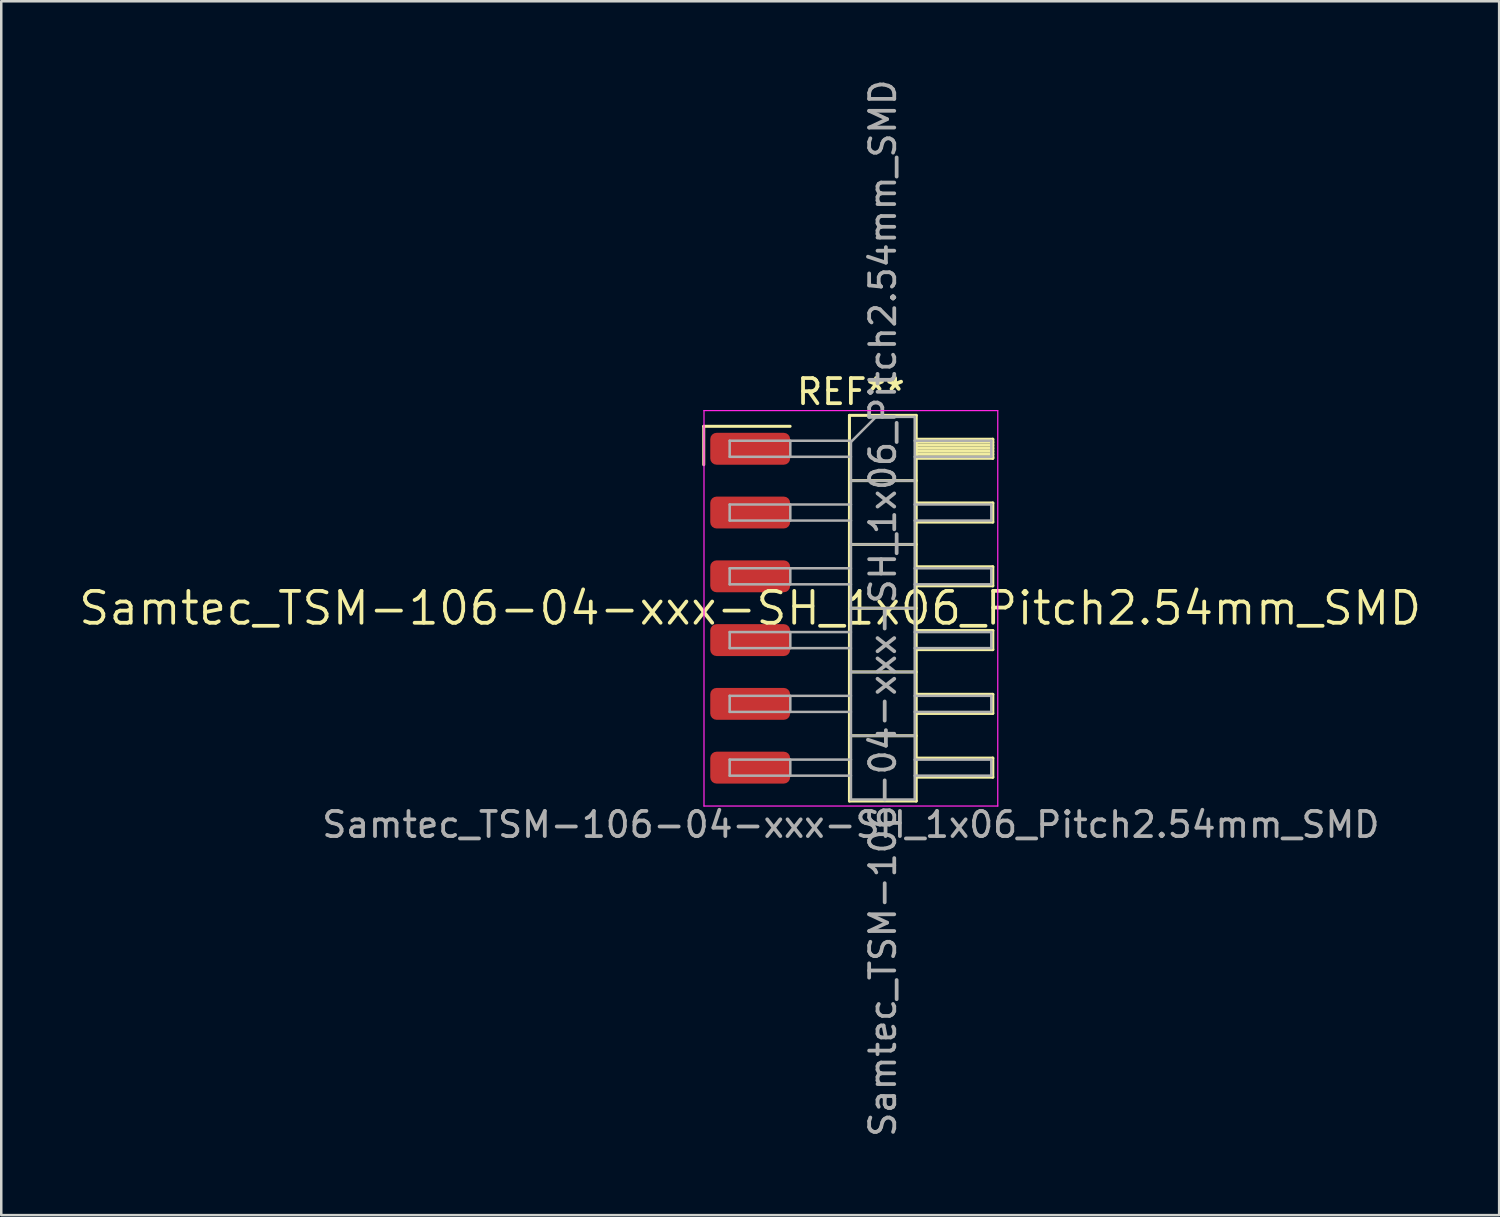
<source format=kicad_pcb>
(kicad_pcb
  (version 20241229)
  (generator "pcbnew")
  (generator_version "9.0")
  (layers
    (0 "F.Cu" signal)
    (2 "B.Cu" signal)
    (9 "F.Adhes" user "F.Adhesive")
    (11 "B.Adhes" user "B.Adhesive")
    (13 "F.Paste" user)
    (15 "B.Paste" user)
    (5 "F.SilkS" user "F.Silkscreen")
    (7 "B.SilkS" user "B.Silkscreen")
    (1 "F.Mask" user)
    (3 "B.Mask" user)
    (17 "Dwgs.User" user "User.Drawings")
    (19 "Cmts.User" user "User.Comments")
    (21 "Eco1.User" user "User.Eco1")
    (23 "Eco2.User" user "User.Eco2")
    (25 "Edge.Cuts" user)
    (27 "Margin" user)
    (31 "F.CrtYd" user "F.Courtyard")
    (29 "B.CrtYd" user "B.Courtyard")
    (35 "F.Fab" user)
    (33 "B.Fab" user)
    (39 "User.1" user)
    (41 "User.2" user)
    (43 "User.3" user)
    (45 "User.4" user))
  (footprint "Samtec_TSM-106-04-xxx-SH_1x06_Pitch2.54mm_SMD"
    (layer "F.Cu")
    (at 26.828 21.173)
    (property "Reference" "Samtec_TSM-106-04-xxx-SH_1x06_Pitch2.54mm_SMD" (at 0 0 0) (layer "F.SilkS") (effects (font (size 1.27 1.27) (thickness 0.15))))
    (attr smd)
    (fp_line (start -1.85 -7.245) (end 1.59 -7.245) (stroke (width 0.12) (type solid)) (layer "F.SilkS"))
    (fp_line (start -1.85 -5.715) (end -1.85 -7.245) (stroke (width 0.12) (type solid)) (layer "F.SilkS"))
    (fp_line (start 3.953 -7.68) (end 6.613 -7.68) (stroke (width 0.12) (type solid)) (layer "F.SilkS"))
    (fp_line (start 3.953 -5.08) (end 6.613 -5.08) (stroke (width 0.12) (type solid)) (layer "F.SilkS"))
    (fp_line (start 3.953 -2.54) (end 6.613 -2.54) (stroke (width 0.12) (type solid)) (layer "F.SilkS"))
    (fp_line (start 3.953 0) (end 6.613 0) (stroke (width 0.12) (type solid)) (layer "F.SilkS"))
    (fp_line (start 3.953 2.54) (end 6.613 2.54) (stroke (width 0.12) (type solid)) (layer "F.SilkS"))
    (fp_line (start 3.953 5.08) (end 6.613 5.08) (stroke (width 0.12) (type solid)) (layer "F.SilkS"))
    (fp_line (start 3.953 7.68) (end 3.953 -7.68) (stroke (width 0.12) (type solid)) (layer "F.SilkS"))
    (fp_line (start 6.613 -7.68) (end 6.613 7.68) (stroke (width 0.12) (type solid)) (layer "F.SilkS"))
    (fp_line (start 6.613 -6.73) (end 9.663 -6.73) (stroke (width 0.12) (type solid)) (layer "F.SilkS"))
    (fp_line (start 6.613 -6.61) (end 9.663 -6.61) (stroke (width 0.12) (type solid)) (layer "F.SilkS"))
    (fp_line (start 6.613 -6.49) (end 9.663 -6.49) (stroke (width 0.12) (type solid)) (layer "F.SilkS"))
    (fp_line (start 6.613 -6.37) (end 9.663 -6.37) (stroke (width 0.12) (type solid)) (layer "F.SilkS"))
    (fp_line (start 6.613 -6.25) (end 9.663 -6.25) (stroke (width 0.12) (type solid)) (layer "F.SilkS"))
    (fp_line (start 6.613 -6.13) (end 9.663 -6.13) (stroke (width 0.12) (type solid)) (layer "F.SilkS"))
    (fp_line (start 6.613 -6.01) (end 9.663 -6.01) (stroke (width 0.12) (type solid)) (layer "F.SilkS"))
    (fp_line (start 6.613 -5.97) (end 9.663 -5.97) (stroke (width 0.12) (type solid)) (layer "F.SilkS"))
    (fp_line (start 6.613 -4.19) (end 9.663 -4.19) (stroke (width 0.12) (type solid)) (layer "F.SilkS"))
    (fp_line (start 6.613 -3.43) (end 9.663 -3.43) (stroke (width 0.12) (type solid)) (layer "F.SilkS"))
    (fp_line (start 6.613 -1.65) (end 9.663 -1.65) (stroke (width 0.12) (type solid)) (layer "F.SilkS"))
    (fp_line (start 6.613 -0.89) (end 9.663 -0.89) (stroke (width 0.12) (type solid)) (layer "F.SilkS"))
    (fp_line (start 6.613 0.89) (end 9.663 0.89) (stroke (width 0.12) (type solid)) (layer "F.SilkS"))
    (fp_line (start 6.613 1.65) (end 9.663 1.65) (stroke (width 0.12) (type solid)) (layer "F.SilkS"))
    (fp_line (start 6.613 3.43) (end 9.663 3.43) (stroke (width 0.12) (type solid)) (layer "F.SilkS"))
    (fp_line (start 6.613 4.19) (end 9.663 4.19) (stroke (width 0.12) (type solid)) (layer "F.SilkS"))
    (fp_line (start 6.613 5.97) (end 9.663 5.97) (stroke (width 0.12) (type solid)) (layer "F.SilkS"))
    (fp_line (start 6.613 6.73) (end 9.663 6.73) (stroke (width 0.12) (type solid)) (layer "F.SilkS"))
    (fp_line (start 6.613 7.68) (end 3.953 7.68) (stroke (width 0.12) (type solid)) (layer "F.SilkS"))
    (fp_line (start 9.663 -6.73) (end 9.663 -5.97) (stroke (width 0.12) (type solid)) (layer "F.SilkS"))
    (fp_line (start 9.663 -4.19) (end 9.663 -3.43) (stroke (width 0.12) (type solid)) (layer "F.SilkS"))
    (fp_line (start 9.663 -1.65) (end 9.663 -0.89) (stroke (width 0.12) (type solid)) (layer "F.SilkS"))
    (fp_line (start 9.663 0.89) (end 9.663 1.65) (stroke (width 0.12) (type solid)) (layer "F.SilkS"))
    (fp_line (start 9.663 3.43) (end 9.663 4.19) (stroke (width 0.12) (type solid)) (layer "F.SilkS"))
    (fp_line (start 9.663 5.97) (end 9.663 6.73) (stroke (width 0.12) (type solid)) (layer "F.SilkS"))
    (fp_line (start -1.84 -7.87) (end 9.86 -7.87) (stroke (width 0.05) (type solid)) (layer "F.CrtYd"))
    (fp_line (start -1.84 7.88) (end -1.84 -7.87) (stroke (width 0.05) (type solid)) (layer "F.CrtYd"))
    (fp_line (start 9.86 -7.87) (end 9.86 7.88) (stroke (width 0.05) (type solid)) (layer "F.CrtYd"))
    (fp_line (start 9.86 7.88) (end -1.84 7.88) (stroke (width 0.05) (type solid)) (layer "F.CrtYd"))
    (fp_line (start -0.817 -6.67) (end -0.817 -6.03) (stroke (width 0.1) (type solid)) (layer "F.Fab"))
    (fp_line (start -0.817 -6.67) (end 4.013 -6.67) (stroke (width 0.1) (type solid)) (layer "F.Fab"))
    (fp_line (start -0.817 -6.03) (end 4.013 -6.03) (stroke (width 0.1) (type solid)) (layer "F.Fab"))
    (fp_line (start -0.817 -4.13) (end -0.817 -3.49) (stroke (width 0.1) (type solid)) (layer "F.Fab"))
    (fp_line (start -0.817 -4.13) (end 4.013 -4.13) (stroke (width 0.1) (type solid)) (layer "F.Fab"))
    (fp_line (start -0.817 -3.49) (end 4.013 -3.49) (stroke (width 0.1) (type solid)) (layer "F.Fab"))
    (fp_line (start -0.817 -1.59) (end -0.817 -0.95) (stroke (width 0.1) (type solid)) (layer "F.Fab"))
    (fp_line (start -0.817 -1.59) (end 4.013 -1.59) (stroke (width 0.1) (type solid)) (layer "F.Fab"))
    (fp_line (start -0.817 -0.95) (end 4.013 -0.95) (stroke (width 0.1) (type solid)) (layer "F.Fab"))
    (fp_line (start -0.817 0.95) (end -0.817 1.59) (stroke (width 0.1) (type solid)) (layer "F.Fab"))
    (fp_line (start -0.817 0.95) (end 4.013 0.95) (stroke (width 0.1) (type solid)) (layer "F.Fab"))
    (fp_line (start -0.817 1.59) (end 4.013 1.59) (stroke (width 0.1) (type solid)) (layer "F.Fab"))
    (fp_line (start -0.817 3.49) (end -0.817 4.13) (stroke (width 0.1) (type solid)) (layer "F.Fab"))
    (fp_line (start -0.817 3.49) (end 4.013 3.49) (stroke (width 0.1) (type solid)) (layer "F.Fab"))
    (fp_line (start -0.817 4.13) (end 4.013 4.13) (stroke (width 0.1) (type solid)) (layer "F.Fab"))
    (fp_line (start -0.817 6.03) (end -0.817 6.67) (stroke (width 0.1) (type solid)) (layer "F.Fab"))
    (fp_line (start -0.817 6.03) (end 4.013 6.03) (stroke (width 0.1) (type solid)) (layer "F.Fab"))
    (fp_line (start -0.817 6.67) (end 4.013 6.67) (stroke (width 0.1) (type solid)) (layer "F.Fab"))
    (fp_line (start 1.598 -6.67) (end 1.598 -6.03) (stroke (width 0.1) (type solid)) (layer "F.Fab"))
    (fp_line (start 1.598 -4.13) (end 1.598 -3.49) (stroke (width 0.1) (type solid)) (layer "F.Fab"))
    (fp_line (start 1.598 -1.59) (end 1.598 -0.95) (stroke (width 0.1) (type solid)) (layer "F.Fab"))
    (fp_line (start 1.598 0.95) (end 1.598 1.59) (stroke (width 0.1) (type solid)) (layer "F.Fab"))
    (fp_line (start 1.598 3.49) (end 1.598 4.13) (stroke (width 0.1) (type solid)) (layer "F.Fab"))
    (fp_line (start 1.598 6.03) (end 1.598 6.67) (stroke (width 0.1) (type solid)) (layer "F.Fab"))
    (fp_line (start 4.013 -6.62) (end 5.013 -7.62) (stroke (width 0.1) (type solid)) (layer "F.Fab"))
    (fp_line (start 4.013 -5.08) (end 6.553 -5.08) (stroke (width 0.1) (type solid)) (layer "F.Fab"))
    (fp_line (start 4.013 -2.54) (end 6.553 -2.54) (stroke (width 0.1) (type solid)) (layer "F.Fab"))
    (fp_line (start 4.013 0) (end 6.553 0) (stroke (width 0.1) (type solid)) (layer "F.Fab"))
    (fp_line (start 4.013 2.54) (end 6.553 2.54) (stroke (width 0.1) (type solid)) (layer "F.Fab"))
    (fp_line (start 4.013 5.08) (end 6.553 5.08) (stroke (width 0.1) (type solid)) (layer "F.Fab"))
    (fp_line (start 4.013 7.62) (end 4.013 -6.62) (stroke (width 0.1) (type solid)) (layer "F.Fab"))
    (fp_line (start 5.013 -7.62) (end 6.553 -7.62) (stroke (width 0.1) (type solid)) (layer "F.Fab"))
    (fp_line (start 6.553 -7.62) (end 6.553 7.62) (stroke (width 0.1) (type solid)) (layer "F.Fab"))
    (fp_line (start 6.553 -6.67) (end 9.603 -6.67) (stroke (width 0.1) (type solid)) (layer "F.Fab"))
    (fp_line (start 6.553 -6.03) (end 9.603 -6.03) (stroke (width 0.1) (type solid)) (layer "F.Fab"))
    (fp_line (start 6.553 -4.13) (end 9.603 -4.13) (stroke (width 0.1) (type solid)) (layer "F.Fab"))
    (fp_line (start 6.553 -3.49) (end 9.603 -3.49) (stroke (width 0.1) (type solid)) (layer "F.Fab"))
    (fp_line (start 6.553 -1.59) (end 9.603 -1.59) (stroke (width 0.1) (type solid)) (layer "F.Fab"))
    (fp_line (start 6.553 -0.95) (end 9.603 -0.95) (stroke (width 0.1) (type solid)) (layer "F.Fab"))
    (fp_line (start 6.553 0.95) (end 9.603 0.95) (stroke (width 0.1) (type solid)) (layer "F.Fab"))
    (fp_line (start 6.553 1.59) (end 9.603 1.59) (stroke (width 0.1) (type solid)) (layer "F.Fab"))
    (fp_line (start 6.553 3.49) (end 9.603 3.49) (stroke (width 0.1) (type solid)) (layer "F.Fab"))
    (fp_line (start 6.553 4.13) (end 9.603 4.13) (stroke (width 0.1) (type solid)) (layer "F.Fab"))
    (fp_line (start 6.553 6.03) (end 9.603 6.03) (stroke (width 0.1) (type solid)) (layer "F.Fab"))
    (fp_line (start 6.553 6.67) (end 9.603 6.67) (stroke (width 0.1) (type solid)) (layer "F.Fab"))
    (fp_line (start 6.553 7.62) (end 4.013 7.62) (stroke (width 0.1) (type solid)) (layer "F.Fab"))
    (fp_line (start 9.603 -6.67) (end 9.603 -6.03) (stroke (width 0.1) (type solid)) (layer "F.Fab"))
    (fp_line (start 9.603 -4.13) (end 9.603 -3.49) (stroke (width 0.1) (type solid)) (layer "F.Fab"))
    (fp_line (start 9.603 -1.59) (end 9.603 -0.95) (stroke (width 0.1) (type solid)) (layer "F.Fab"))
    (fp_line (start 9.603 0.95) (end 9.603 1.59) (stroke (width 0.1) (type solid)) (layer "F.Fab"))
    (fp_line (start 9.603 3.49) (end 9.603 4.13) (stroke (width 0.1) (type solid)) (layer "F.Fab"))
    (fp_line (start 9.603 6.03) (end 9.603 6.67) (stroke (width 0.1) (type solid)) (layer "F.Fab"))
    (fp_text user "REF**" (at 4.01 -8.62 0) (layer "F.SilkS") (effects (font (size 1 1) (thickness 0.15))))
    (fp_text user "${REFERENCE}" (at 5.283 0 90) (layer "F.Fab") (effects (font (size 1 1) (thickness 0.15))))
    (fp_text user "Samtec_TSM-106-04-xxx-SH_1x06_Pitch2.54mm_SMD" (at 4.01 8.62 0) (layer "F.Fab") (effects (font (size 1 1) (thickness 0.15))))
    (pad "1" smd roundrect (at 0 -6.35) (size 3.18 1.27) (layers "F.Cu" "F.Mask" "F.Paste") (roundrect_rratio 0.197))
    (pad "2" smd roundrect (at 0 -3.81) (size 3.18 1.27) (layers "F.Cu" "F.Mask" "F.Paste") (roundrect_rratio 0.197))
    (pad "3" smd roundrect (at 0 -1.27) (size 3.18 1.27) (layers "F.Cu" "F.Mask" "F.Paste") (roundrect_rratio 0.197))
    (pad "4" smd roundrect (at 0 1.27) (size 3.18 1.27) (layers "F.Cu" "F.Mask" "F.Paste") (roundrect_rratio 0.197))
    (pad "5" smd roundrect (at 0 3.81) (size 3.18 1.27) (layers "F.Cu" "F.Mask" "F.Paste") (roundrect_rratio 0.197))
    (pad "6" smd roundrect (at 0 6.35) (size 3.18 1.27) (layers "F.Cu" "F.Mask" "F.Paste") (roundrect_rratio 0.197)))
  (gr_rect
    (start -3 -3)
    (end 56.657 45.345)
    (stroke (width 0.1) (type default))
    (fill no)
    (layer "Edge.Cuts")))
</source>
